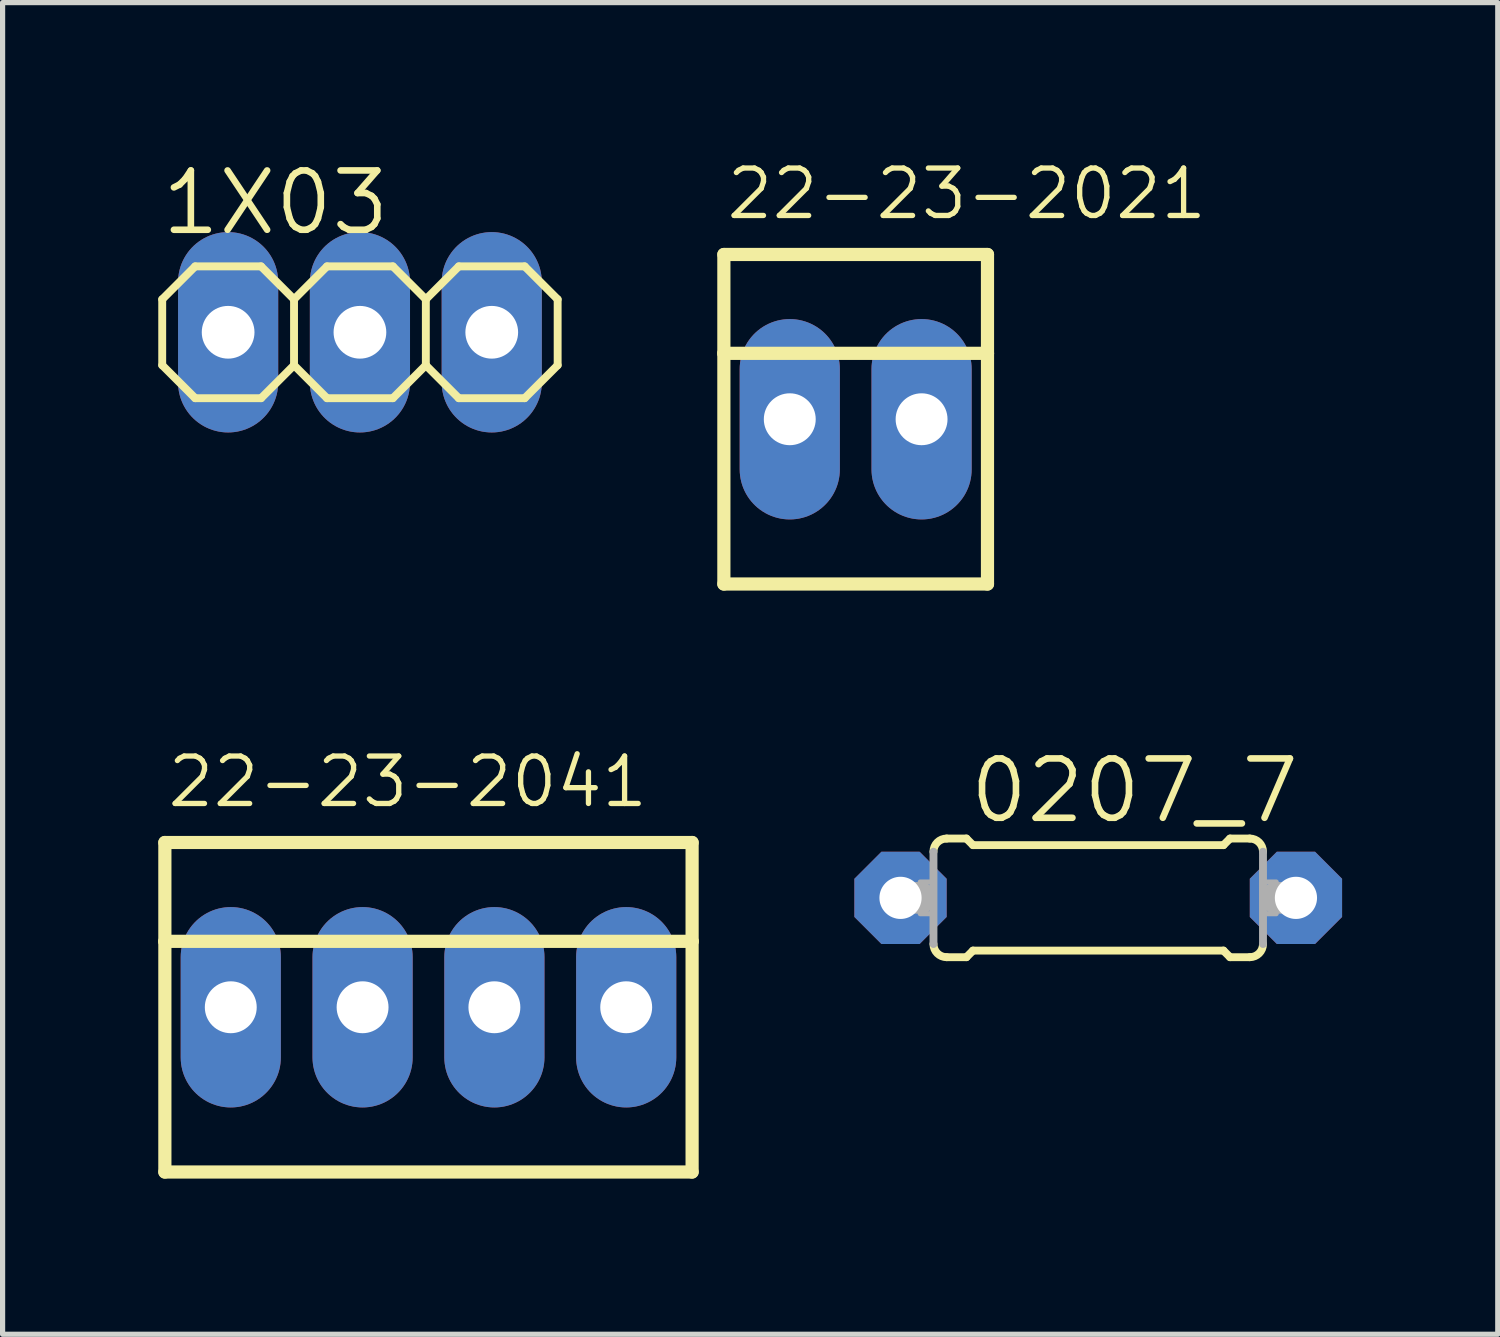
<source format=kicad_pcb>
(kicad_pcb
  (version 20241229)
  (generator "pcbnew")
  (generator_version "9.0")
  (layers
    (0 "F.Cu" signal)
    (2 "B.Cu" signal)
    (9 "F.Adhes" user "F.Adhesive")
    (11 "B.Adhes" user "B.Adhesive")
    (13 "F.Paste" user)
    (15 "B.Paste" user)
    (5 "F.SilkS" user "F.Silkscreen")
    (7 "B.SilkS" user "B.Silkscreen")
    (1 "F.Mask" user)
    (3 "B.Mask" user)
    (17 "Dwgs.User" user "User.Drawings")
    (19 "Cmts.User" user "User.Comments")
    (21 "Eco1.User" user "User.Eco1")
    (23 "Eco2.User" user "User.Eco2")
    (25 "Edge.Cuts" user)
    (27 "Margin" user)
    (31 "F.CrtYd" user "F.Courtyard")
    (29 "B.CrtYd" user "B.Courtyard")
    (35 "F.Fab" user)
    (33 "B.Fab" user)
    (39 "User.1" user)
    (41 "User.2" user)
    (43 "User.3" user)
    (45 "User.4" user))
  (footprint "22-23-2041"
    (layer "F.Cu")
    (at 5.207 16.36)
    (property "Reference" "22-23-2041" (at -5.08 -3.81 0) (layer "F.SilkS") (effects (font (size 0.914 0.914) (thickness 0.102)) (justify left bottom)))
    (fp_line (start -5.08 -3.175) (end 5.08 -3.175) (stroke (width 0.254) (type solid)) (layer "F.SilkS"))
    (fp_line (start -5.08 -1.27) (end -5.08 -3.175) (stroke (width 0.254) (type solid)) (layer "F.SilkS"))
    (fp_line (start -5.08 -1.27) (end 5.08 -1.27) (stroke (width 0.254) (type solid)) (layer "F.SilkS"))
    (fp_line (start -5.08 3.175) (end -5.08 -1.27) (stroke (width 0.254) (type solid)) (layer "F.SilkS"))
    (fp_line (start 5.08 -3.175) (end 5.08 -1.27) (stroke (width 0.254) (type solid)) (layer "F.SilkS"))
    (fp_line (start 5.08 -1.27) (end 5.08 3.175) (stroke (width 0.254) (type solid)) (layer "F.SilkS"))
    (fp_line (start 5.08 3.175) (end -5.08 3.175) (stroke (width 0.254) (type solid)) (layer "F.SilkS"))
    (pad "1" thru_hole oval (at -3.81 0 90) (size 3.861 1.93) (drill 1) (layers "*.Cu" "*.Mask"))
    (pad "2" thru_hole oval (at -1.27 0 90) (size 3.861 1.93) (drill 1) (layers "*.Cu" "*.Mask"))
    (pad "3" thru_hole oval (at 1.27 0 90) (size 3.861 1.93) (drill 1) (layers "*.Cu" "*.Mask"))
    (pad "4" thru_hole oval (at 3.81 0 90) (size 3.861 1.93) (drill 1) (layers "*.Cu" "*.Mask")))
  (footprint "1X03"
    (layer "F.Cu")
    (at 3.886 3.353)
    (property "Reference" "1X03" (at -3.886 -1.829 0) (layer "F.SilkS") (effects (font (size 1.143 1.143) (thickness 0.127)) (justify left bottom)))
    (fp_line (start -3.81 -0.635) (end -3.81 0.635) (stroke (width 0.152) (type solid)) (layer "F.SilkS"))
    (fp_line (start -3.81 0.635) (end -3.175 1.27) (stroke (width 0.152) (type solid)) (layer "F.SilkS"))
    (fp_line (start -3.175 -1.27) (end -3.81 -0.635) (stroke (width 0.152) (type solid)) (layer "F.SilkS"))
    (fp_line (start -3.175 -1.27) (end -1.905 -1.27) (stroke (width 0.152) (type solid)) (layer "F.SilkS"))
    (fp_line (start -1.905 -1.27) (end -1.27 -0.635) (stroke (width 0.152) (type solid)) (layer "F.SilkS"))
    (fp_line (start -1.905 1.27) (end -3.175 1.27) (stroke (width 0.152) (type solid)) (layer "F.SilkS"))
    (fp_line (start -1.27 -0.635) (end -1.27 0.635) (stroke (width 0.152) (type solid)) (layer "F.SilkS"))
    (fp_line (start -1.27 -0.635) (end -0.635 -1.27) (stroke (width 0.152) (type solid)) (layer "F.SilkS"))
    (fp_line (start -1.27 0.635) (end -1.905 1.27) (stroke (width 0.152) (type solid)) (layer "F.SilkS"))
    (fp_line (start -0.635 -1.27) (end 0.635 -1.27) (stroke (width 0.152) (type solid)) (layer "F.SilkS"))
    (fp_line (start -0.635 1.27) (end -1.27 0.635) (stroke (width 0.152) (type solid)) (layer "F.SilkS"))
    (fp_line (start 0.635 -1.27) (end 1.27 -0.635) (stroke (width 0.152) (type solid)) (layer "F.SilkS"))
    (fp_line (start 0.635 1.27) (end -0.635 1.27) (stroke (width 0.152) (type solid)) (layer "F.SilkS"))
    (fp_line (start 1.27 -0.635) (end 1.27 0.635) (stroke (width 0.152) (type solid)) (layer "F.SilkS"))
    (fp_line (start 1.27 -0.635) (end 1.905 -1.27) (stroke (width 0.152) (type solid)) (layer "F.SilkS"))
    (fp_line (start 1.27 0.635) (end 0.635 1.27) (stroke (width 0.152) (type solid)) (layer "F.SilkS"))
    (fp_line (start 1.905 -1.27) (end 3.175 -1.27) (stroke (width 0.152) (type solid)) (layer "F.SilkS"))
    (fp_line (start 1.905 1.27) (end 1.27 0.635) (stroke (width 0.152) (type solid)) (layer "F.SilkS"))
    (fp_line (start 3.175 -1.27) (end 3.81 -0.635) (stroke (width 0.152) (type solid)) (layer "F.SilkS"))
    (fp_line (start 3.175 1.27) (end 1.905 1.27) (stroke (width 0.152) (type solid)) (layer "F.SilkS"))
    (fp_line (start 3.81 -0.635) (end 3.81 0.635) (stroke (width 0.152) (type solid)) (layer "F.SilkS"))
    (fp_line (start 3.81 0.635) (end 3.175 1.27) (stroke (width 0.152) (type solid)) (layer "F.SilkS"))
    (fp_poly (pts (xy -2.794 0.254) (xy -2.286 0.254) (xy -2.286 -0.254) (xy -2.794 -0.254)) (stroke (width 0) (type solid)) (fill yes) (layer "F.SilkS"))
    (fp_poly (pts (xy -0.254 0.254) (xy 0.254 0.254) (xy 0.254 -0.254) (xy -0.254 -0.254)) (stroke (width 0.1) (type solid)) (fill no) (layer "F.Fab"))
    (fp_poly (pts (xy 2.286 0.254) (xy 2.794 0.254) (xy 2.794 -0.254) (xy 2.286 -0.254)) (stroke (width 0.1) (type solid)) (fill no) (layer "F.Fab"))
    (pad "1" thru_hole oval (at -2.54 0 90) (size 3.861 1.93) (drill 1.016) (layers "*.Cu" "*.Mask"))
    (pad "2" thru_hole oval (at 0 0 90) (size 3.861 1.93) (drill 1.016) (layers "*.Cu" "*.Mask"))
    (pad "3" thru_hole oval (at 2.54 0 90) (size 3.861 1.93) (drill 1.016) (layers "*.Cu" "*.Mask")))
  (footprint "22-23-2021"
    (layer "F.Cu")
    (at 13.439 5.029)
    (property "Reference" "22-23-2021" (at -2.54 -3.81 0) (layer "F.SilkS") (effects (font (size 0.914 0.914) (thickness 0.102)) (justify left bottom)))
    (fp_line (start -2.54 -3.175) (end 2.54 -3.175) (stroke (width 0.254) (type solid)) (layer "F.SilkS"))
    (fp_line (start -2.54 -1.27) (end -2.54 -3.175) (stroke (width 0.254) (type solid)) (layer "F.SilkS"))
    (fp_line (start -2.54 -1.27) (end 2.54 -1.27) (stroke (width 0.254) (type solid)) (layer "F.SilkS"))
    (fp_line (start -2.54 3.175) (end -2.54 -1.27) (stroke (width 0.254) (type solid)) (layer "F.SilkS"))
    (fp_line (start 2.54 -3.175) (end 2.54 -1.27) (stroke (width 0.254) (type solid)) (layer "F.SilkS"))
    (fp_line (start 2.54 -1.27) (end 2.54 3.175) (stroke (width 0.254) (type solid)) (layer "F.SilkS"))
    (fp_line (start 2.54 3.175) (end -2.54 3.175) (stroke (width 0.254) (type solid)) (layer "F.SilkS"))
    (pad "1" thru_hole oval (at -1.27 0 90) (size 3.861 1.93) (drill 1) (layers "*.Cu" "*.Mask"))
    (pad "2" thru_hole oval (at 1.27 0 90) (size 3.861 1.93) (drill 1) (layers "*.Cu" "*.Mask")))
  (footprint "0207_7"
    (layer "F.Cu")
    (at 18.113 14.252)
    (property "Reference" "0207_7" (at -2.54 -1.397 0) (layer "F.SilkS") (effects (font (size 1.143 1.143) (thickness 0.127)) (justify left bottom)))
    (fp_line (start -2.921 -1.143) (end -2.54 -1.143) (stroke (width 0.152) (type solid)) (layer "F.SilkS"))
    (fp_line (start -2.921 1.143) (end -2.54 1.143) (stroke (width 0.152) (type solid)) (layer "F.SilkS"))
    (fp_line (start -2.413 -1.016) (end -2.54 -1.143) (stroke (width 0.152) (type solid)) (layer "F.SilkS"))
    (fp_line (start -2.413 1.016) (end -2.54 1.143) (stroke (width 0.152) (type solid)) (layer "F.SilkS"))
    (fp_line (start 2.413 -1.016) (end -2.413 -1.016) (stroke (width 0.152) (type solid)) (layer "F.SilkS"))
    (fp_line (start 2.413 -1.016) (end 2.54 -1.143) (stroke (width 0.152) (type solid)) (layer "F.SilkS"))
    (fp_line (start 2.413 1.016) (end -2.413 1.016) (stroke (width 0.152) (type solid)) (layer "F.SilkS"))
    (fp_line (start 2.413 1.016) (end 2.54 1.143) (stroke (width 0.152) (type solid)) (layer "F.SilkS"))
    (fp_line (start 2.921 -1.143) (end 2.54 -1.143) (stroke (width 0.152) (type solid)) (layer "F.SilkS"))
    (fp_line (start 2.921 1.143) (end 2.54 1.143) (stroke (width 0.152) (type solid)) (layer "F.SilkS"))
    (fp_arc (start -3.175 -0.889) (mid -3.100605 -1.068605) (end -2.921 -1.143) (stroke (width 0.1524) (type solid)) (layer "F.SilkS"))
    (fp_arc (start -2.921 1.143) (mid -3.100605 1.068605) (end -3.175 0.889) (stroke (width 0.1524) (type solid)) (layer "F.SilkS"))
    (fp_arc (start 2.921 -1.143) (mid 3.100605 -1.068605) (end 3.175 -0.889) (stroke (width 0.1524) (type solid)) (layer "F.SilkS"))
    (fp_arc (start 3.175 0.889) (mid 3.100605 1.068605) (end 2.921 1.143) (stroke (width 0.1524) (type solid)) (layer "F.SilkS"))
    (fp_line (start -3.81 0) (end -3.429 0) (stroke (width 0.61) (type solid)) (layer "F.Fab"))
    (fp_line (start -3.175 0.889) (end -3.175 -0.889) (stroke (width 0.152) (type solid)) (layer "F.Fab"))
    (fp_line (start 3.175 0.889) (end 3.175 -0.889) (stroke (width 0.152) (type solid)) (layer "F.Fab"))
    (fp_line (start 3.429 0) (end 3.81 0) (stroke (width 0.61) (type solid)) (layer "F.Fab"))
    (fp_poly (pts (xy -3.429 0.305) (xy -3.175 0.305) (xy -3.175 -0.305) (xy -3.429 -0.305)) (stroke (width 0.1) (type solid)) (fill no) (layer "F.Fab"))
    (fp_poly (pts (xy 3.175 0.305) (xy 3.429 0.305) (xy 3.429 -0.305) (xy 3.175 -0.305)) (stroke (width 0.1) (type solid)) (fill no) (layer "F.Fab"))
    (pad "1" thru_hole roundrect (at -3.81 0) (size 1.778 1.778) (drill 0.813) (layers "*.Cu" "*.Mask") (roundrect_rratio 0.25) (chamfer_ratio 0.293) (chamfer top_left top_right bottom_left bottom_right))
    (pad "2" thru_hole roundrect (at 3.81 0) (size 1.778 1.778) (drill 0.813) (layers "*.Cu" "*.Mask") (roundrect_rratio 0.25) (chamfer_ratio 0.293) (chamfer top_left top_right bottom_left bottom_right)))
  (gr_rect
    (start -3 -3)
    (end 25.812 22.662)
    (stroke (width 0.1) (type default))
    (fill no)
    (layer "Edge.Cuts")))
</source>
